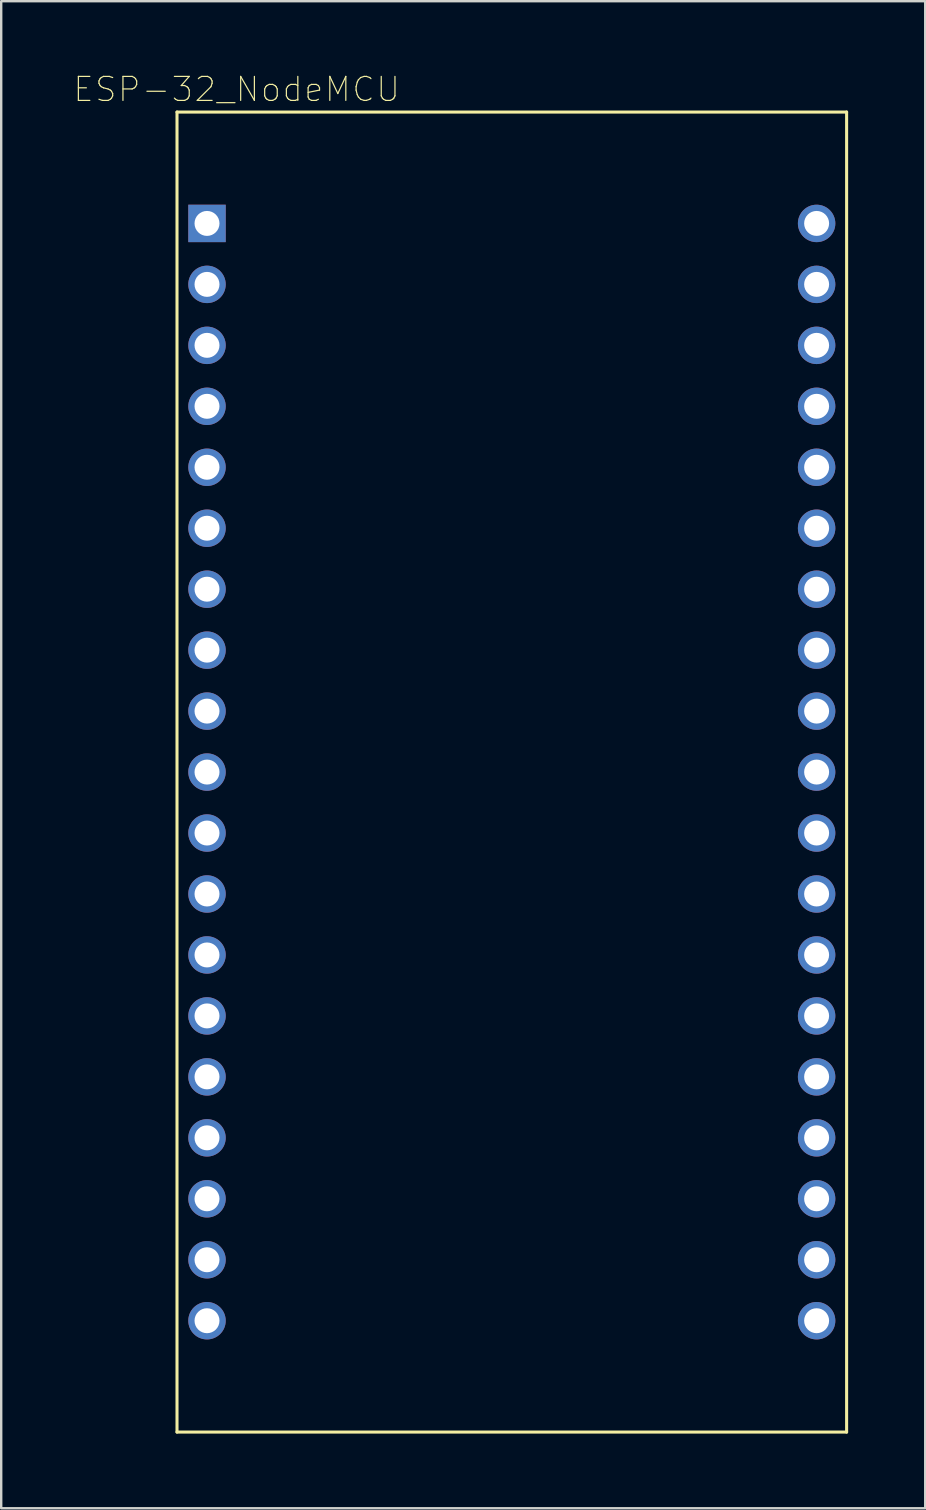
<source format=kicad_pcb>
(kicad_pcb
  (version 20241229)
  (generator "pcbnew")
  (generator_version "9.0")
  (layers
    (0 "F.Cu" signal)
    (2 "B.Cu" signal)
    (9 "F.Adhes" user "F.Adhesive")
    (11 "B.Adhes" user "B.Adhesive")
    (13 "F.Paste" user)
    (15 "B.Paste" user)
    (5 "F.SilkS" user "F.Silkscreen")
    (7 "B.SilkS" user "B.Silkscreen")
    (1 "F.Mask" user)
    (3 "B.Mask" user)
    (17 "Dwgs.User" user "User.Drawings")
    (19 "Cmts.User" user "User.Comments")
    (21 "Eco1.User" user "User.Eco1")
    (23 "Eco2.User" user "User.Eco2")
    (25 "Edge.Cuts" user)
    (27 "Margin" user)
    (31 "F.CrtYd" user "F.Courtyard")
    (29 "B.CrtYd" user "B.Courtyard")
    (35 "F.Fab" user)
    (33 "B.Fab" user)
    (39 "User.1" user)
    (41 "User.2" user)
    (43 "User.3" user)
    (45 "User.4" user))
  (footprint "ESP-32_NodeMCU"
    (layer "F.Cu")
    (at 18.275 29.119)
    (property "Reference" "ESP-32_NodeMCU" (at -11.464 -28.446 0) (layer "F.SilkS") (effects (font (size 1 1) (thickness 0.05))))
    (attr through_hole)
    (fp_line (start -13.95 -27.5) (end 13.95 -27.5) (stroke (width 0.127) (type solid)) (layer "F.SilkS"))
    (fp_line (start -13.95 27.5) (end -13.95 -27.5) (stroke (width 0.127) (type solid)) (layer "F.SilkS"))
    (fp_line (start 13.95 -27.5) (end 13.95 27.5) (stroke (width 0.127) (type solid)) (layer "F.SilkS"))
    (fp_line (start 13.95 27.5) (end -13.95 27.5) (stroke (width 0.127) (type solid)) (layer "F.SilkS"))
    (fp_line (start -14.2 -27.65) (end 14.2 -27.65) (stroke (width 0.05) (type solid)) (layer "Eco1.User"))
    (fp_line (start -14.2 27.65) (end -14.2 -27.65) (stroke (width 0.05) (type solid)) (layer "Eco1.User"))
    (fp_line (start 14.2 -27.65) (end 14.2 27.65) (stroke (width 0.05) (type solid)) (layer "Eco1.User"))
    (fp_line (start 14.2 27.65) (end -14.2 27.65) (stroke (width 0.05) (type solid)) (layer "Eco1.User"))
    (fp_line (start -13.95 -27.5) (end 13.95 -27.5) (stroke (width 0.127) (type solid)) (layer "Eco2.User"))
    (fp_line (start -13.95 27.5) (end -13.95 -27.5) (stroke (width 0.127) (type solid)) (layer "Eco2.User"))
    (fp_line (start 13.95 -27.5) (end 13.95 27.5) (stroke (width 0.127) (type solid)) (layer "Eco2.User"))
    (fp_line (start 13.95 27.5) (end -13.95 27.5) (stroke (width 0.127) (type solid)) (layer "Eco2.User"))
    (fp_circle (center -14.6 -22.85) (end -14.46 -22.85) (stroke (width 0.28) (type solid)) (fill no) (layer "Eco2.User"))
    (fp_circle (center -14.6 -22.85) (end -14.46 -22.85) (stroke (width 0.28) (type solid)) (fill no) (layer "Eco2.User"))
    (pad "1" thru_hole rect (at -12.7 -22.86) (size 1.56 1.56) (drill 1.04) (layers "*.Cu" "*.Mask"))
    (pad "2" thru_hole circle (at -12.7 -20.32) (size 1.56 1.56) (drill 1.04) (layers "*.Cu" "*.Mask"))
    (pad "3" thru_hole circle (at -12.7 -17.78) (size 1.56 1.56) (drill 1.04) (layers "*.Cu" "*.Mask"))
    (pad "4" thru_hole circle (at -12.7 -15.24) (size 1.56 1.56) (drill 1.04) (layers "*.Cu" "*.Mask"))
    (pad "5" thru_hole circle (at -12.7 -12.7) (size 1.56 1.56) (drill 1.04) (layers "*.Cu" "*.Mask"))
    (pad "6" thru_hole circle (at -12.7 -10.16) (size 1.56 1.56) (drill 1.04) (layers "*.Cu" "*.Mask"))
    (pad "7" thru_hole circle (at -12.7 -7.62) (size 1.56 1.56) (drill 1.04) (layers "*.Cu" "*.Mask"))
    (pad "8" thru_hole circle (at -12.7 -5.08) (size 1.56 1.56) (drill 1.04) (layers "*.Cu" "*.Mask"))
    (pad "9" thru_hole circle (at -12.7 -2.54) (size 1.56 1.56) (drill 1.04) (layers "*.Cu" "*.Mask"))
    (pad "10" thru_hole circle (at -12.7 0) (size 1.56 1.56) (drill 1.04) (layers "*.Cu" "*.Mask"))
    (pad "11" thru_hole circle (at -12.7 2.54) (size 1.56 1.56) (drill 1.04) (layers "*.Cu" "*.Mask"))
    (pad "12" thru_hole circle (at -12.7 5.08) (size 1.56 1.56) (drill 1.04) (layers "*.Cu" "*.Mask"))
    (pad "13" thru_hole circle (at -12.7 7.62) (size 1.56 1.56) (drill 1.04) (layers "*.Cu" "*.Mask"))
    (pad "14" thru_hole circle (at -12.7 10.16) (size 1.56 1.56) (drill 1.04) (layers "*.Cu" "*.Mask"))
    (pad "15" thru_hole circle (at -12.7 12.7) (size 1.56 1.56) (drill 1.04) (layers "*.Cu" "*.Mask"))
    (pad "16" thru_hole circle (at -12.7 15.24) (size 1.56 1.56) (drill 1.04) (layers "*.Cu" "*.Mask"))
    (pad "17" thru_hole circle (at -12.7 17.78) (size 1.56 1.56) (drill 1.04) (layers "*.Cu" "*.Mask"))
    (pad "18" thru_hole circle (at -12.7 20.32) (size 1.56 1.56) (drill 1.04) (layers "*.Cu" "*.Mask"))
    (pad "19" thru_hole circle (at -12.7 22.86) (size 1.56 1.56) (drill 1.04) (layers "*.Cu" "*.Mask"))
    (pad "20" thru_hole circle (at 12.7 -22.86) (size 1.56 1.56) (drill 1.04) (layers "*.Cu" "*.Mask"))
    (pad "21" thru_hole circle (at 12.7 -20.32) (size 1.56 1.56) (drill 1.04) (layers "*.Cu" "*.Mask"))
    (pad "22" thru_hole circle (at 12.7 -17.78) (size 1.56 1.56) (drill 1.04) (layers "*.Cu" "*.Mask"))
    (pad "23" thru_hole circle (at 12.7 -15.24) (size 1.56 1.56) (drill 1.04) (layers "*.Cu" "*.Mask"))
    (pad "24" thru_hole circle (at 12.7 -12.7) (size 1.56 1.56) (drill 1.04) (layers "*.Cu" "*.Mask"))
    (pad "25" thru_hole circle (at 12.7 -10.16) (size 1.56 1.56) (drill 1.04) (layers "*.Cu" "*.Mask"))
    (pad "26" thru_hole circle (at 12.7 -7.62) (size 1.56 1.56) (drill 1.04) (layers "*.Cu" "*.Mask"))
    (pad "27" thru_hole circle (at 12.7 -5.08) (size 1.56 1.56) (drill 1.04) (layers "*.Cu" "*.Mask"))
    (pad "28" thru_hole circle (at 12.7 -2.54) (size 1.56 1.56) (drill 1.04) (layers "*.Cu" "*.Mask"))
    (pad "29" thru_hole circle (at 12.7 0) (size 1.56 1.56) (drill 1.04) (layers "*.Cu" "*.Mask"))
    (pad "30" thru_hole circle (at 12.7 2.54) (size 1.56 1.56) (drill 1.04) (layers "*.Cu" "*.Mask"))
    (pad "31" thru_hole circle (at 12.7 5.08) (size 1.56 1.56) (drill 1.04) (layers "*.Cu" "*.Mask"))
    (pad "32" thru_hole circle (at 12.7 7.62) (size 1.56 1.56) (drill 1.04) (layers "*.Cu" "*.Mask"))
    (pad "33" thru_hole circle (at 12.7 10.16) (size 1.56 1.56) (drill 1.04) (layers "*.Cu" "*.Mask"))
    (pad "34" thru_hole circle (at 12.7 12.7) (size 1.56 1.56) (drill 1.04) (layers "*.Cu" "*.Mask"))
    (pad "35" thru_hole circle (at 12.7 15.24) (size 1.56 1.56) (drill 1.04) (layers "*.Cu" "*.Mask"))
    (pad "36" thru_hole circle (at 12.7 17.78) (size 1.56 1.56) (drill 1.04) (layers "*.Cu" "*.Mask"))
    (pad "37" thru_hole circle (at 12.7 20.32) (size 1.56 1.56) (drill 1.04) (layers "*.Cu" "*.Mask"))
    (pad "38" thru_hole circle (at 12.7 22.86) (size 1.56 1.56) (drill 1.04) (layers "*.Cu" "*.Mask")))
  (gr_rect
    (start -3 -3)
    (end 35.5 59.794)
    (stroke (width 0.1) (type default))
    (fill no)
    (layer "Edge.Cuts")))
</source>
